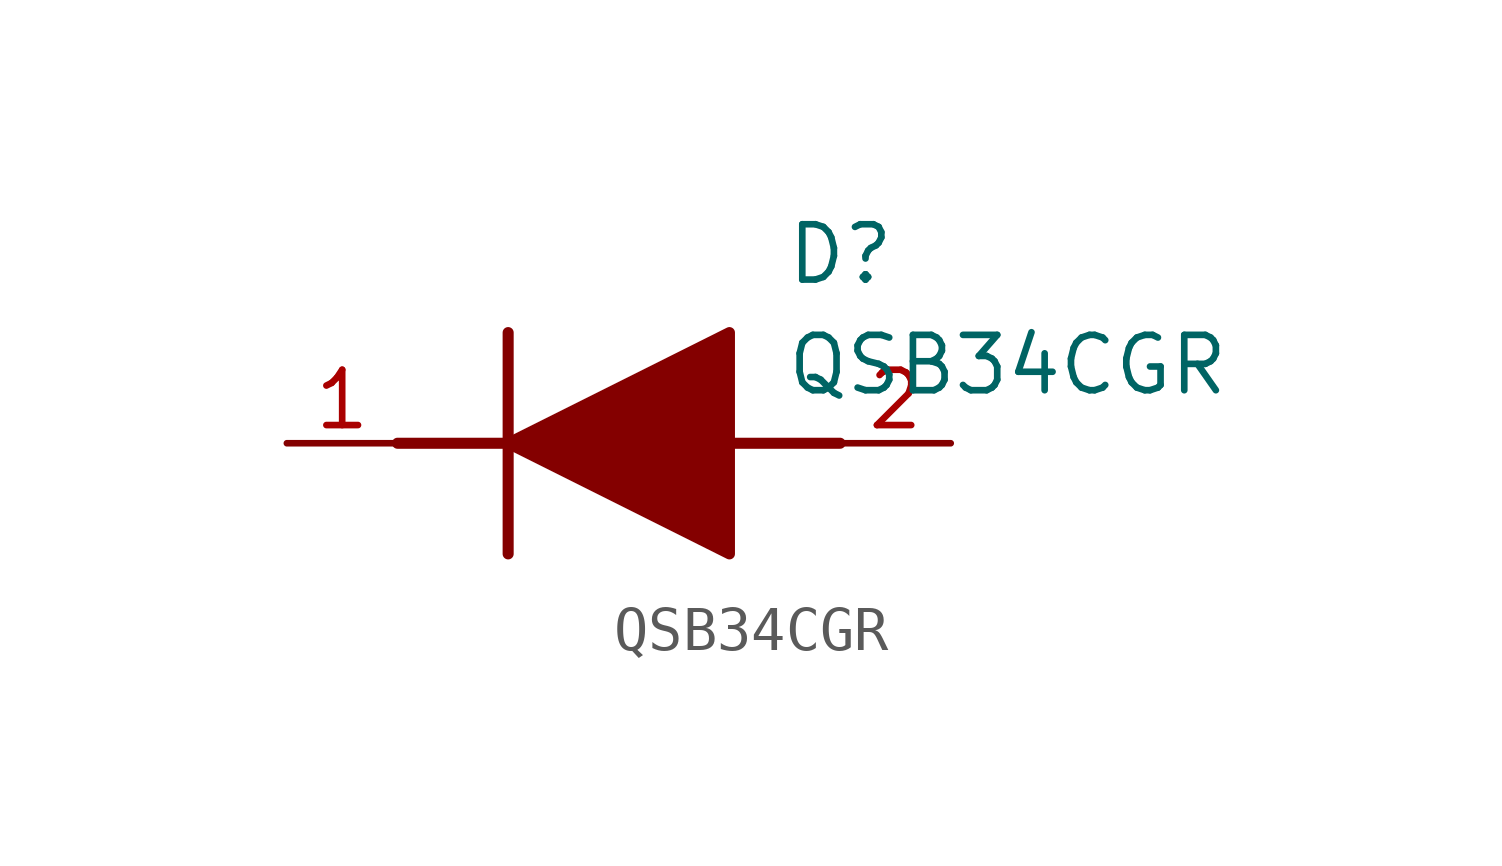
<source format=kicad_sym>
(kicad_symbol_lib
  (version 20211014)
  (generator SamacSys_ECAD_Model)
  (symbol "QSB34CGR"
    (pin_names hide)
    (property "Reference" "D"
      (at 11.43 5.08 0)
      (effects (font (size 1.27 1.27)) (justify left top)))
    (property "Value" "QSB34CGR"
      (at 11.43 2.54 0)
      (effects (font (size 1.27 1.27)) (justify left top)))
    (polyline
      (pts (xy 5.08 2.54) (xy 5.08 -2.54))
      (stroke (width 0.254) (type default))
      (fill (type none)))
    (polyline
      (pts (xy 2.54 0) (xy 5.08 0))
      (stroke (width 0.254) (type default))
      (fill (type none)))
    (polyline
      (pts (xy 10.16 0) (xy 12.7 0))
      (stroke (width 0.254) (type default))
      (fill (type none)))
    (polyline
      (pts (xy 5.08 0) (xy 10.16 2.54) (xy 10.16 -2.54) (xy 5.08 0))
      (stroke (width 0.254) (type default))
      (fill (type outline)))
    (pin passive line
      (at 0 0 0)
      (length 2.54)
      (name "K" (effects (font (size 1.27 1.27))))
      (number "1" (effects (font (size 1.27 1.27)))))
    (pin passive line
      (at 15.24 0 180)
      (length 2.54)
      (name "A" (effects (font (size 1.27 1.27))))
      (number "2" (effects (font (size 1.27 1.27)))))))
</source>
